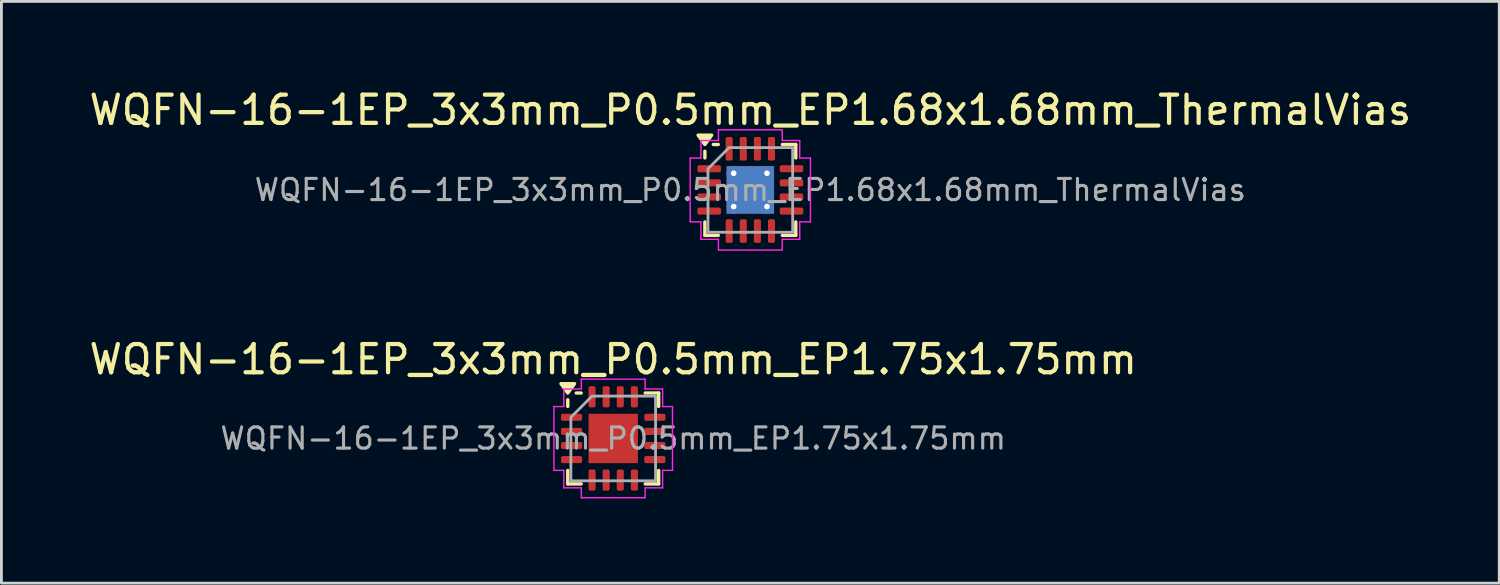
<source format=kicad_pcb>
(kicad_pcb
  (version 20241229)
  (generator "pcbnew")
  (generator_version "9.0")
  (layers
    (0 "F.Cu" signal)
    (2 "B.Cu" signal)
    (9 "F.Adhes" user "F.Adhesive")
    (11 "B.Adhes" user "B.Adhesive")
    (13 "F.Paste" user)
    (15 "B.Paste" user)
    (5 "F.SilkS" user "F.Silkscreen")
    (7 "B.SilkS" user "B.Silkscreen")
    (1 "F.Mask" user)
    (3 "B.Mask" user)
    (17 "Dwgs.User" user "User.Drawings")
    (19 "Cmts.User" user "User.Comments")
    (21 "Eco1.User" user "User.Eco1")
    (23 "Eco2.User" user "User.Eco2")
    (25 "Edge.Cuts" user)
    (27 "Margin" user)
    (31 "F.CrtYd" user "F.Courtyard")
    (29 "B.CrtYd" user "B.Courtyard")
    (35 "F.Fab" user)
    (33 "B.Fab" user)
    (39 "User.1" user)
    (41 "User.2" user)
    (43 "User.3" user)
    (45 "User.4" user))
  (footprint "WQFN-16-1EP_3x3mm_P0.5mm_EP1.68x1.68mm_ThermalVias"
    (layer "F.Cu")
    (at 23.53 3.678)
    (property "Reference" "WQFN-16-1EP_3x3mm_P0.5mm_EP1.68x1.68mm_ThermalVias" (at 0 -2.83 0) (layer "F.SilkS") (effects (font (size 1 1) (thickness 0.15))))
    (attr smd)
    (fp_line (start -1.61 -1.135) (end -1.61 -1.37) (stroke (width 0.12) (type solid)) (layer "F.SilkS"))
    (fp_line (start -1.61 1.61) (end -1.61 1.135) (stroke (width 0.12) (type solid)) (layer "F.SilkS"))
    (fp_line (start -1.135 -1.61) (end -1.31 -1.61) (stroke (width 0.12) (type solid)) (layer "F.SilkS"))
    (fp_line (start -1.135 1.61) (end -1.61 1.61) (stroke (width 0.12) (type solid)) (layer "F.SilkS"))
    (fp_line (start 1.135 -1.61) (end 1.61 -1.61) (stroke (width 0.12) (type solid)) (layer "F.SilkS"))
    (fp_line (start 1.135 1.61) (end 1.61 1.61) (stroke (width 0.12) (type solid)) (layer "F.SilkS"))
    (fp_line (start 1.61 -1.61) (end 1.61 -1.135) (stroke (width 0.12) (type solid)) (layer "F.SilkS"))
    (fp_line (start 1.61 1.61) (end 1.61 1.135) (stroke (width 0.12) (type solid)) (layer "F.SilkS"))
    (fp_poly (pts (xy -1.61 -1.61) (xy -1.85 -1.94) (xy -1.37 -1.94)) (stroke (width 0.12) (type solid)) (fill yes) (layer "F.SilkS"))
    (fp_line (start -2.13 -1.13) (end -1.75 -1.13) (stroke (width 0.05) (type solid)) (layer "F.CrtYd"))
    (fp_line (start -2.13 1.13) (end -2.13 -1.13) (stroke (width 0.05) (type solid)) (layer "F.CrtYd"))
    (fp_line (start -1.75 -1.75) (end -1.13 -1.75) (stroke (width 0.05) (type solid)) (layer "F.CrtYd"))
    (fp_line (start -1.75 -1.13) (end -1.75 -1.75) (stroke (width 0.05) (type solid)) (layer "F.CrtYd"))
    (fp_line (start -1.75 1.13) (end -2.13 1.13) (stroke (width 0.05) (type solid)) (layer "F.CrtYd"))
    (fp_line (start -1.75 1.75) (end -1.75 1.13) (stroke (width 0.05) (type solid)) (layer "F.CrtYd"))
    (fp_line (start -1.13 -2.13) (end 1.13 -2.13) (stroke (width 0.05) (type solid)) (layer "F.CrtYd"))
    (fp_line (start -1.13 -1.75) (end -1.13 -2.13) (stroke (width 0.05) (type solid)) (layer "F.CrtYd"))
    (fp_line (start -1.13 1.75) (end -1.75 1.75) (stroke (width 0.05) (type solid)) (layer "F.CrtYd"))
    (fp_line (start -1.13 2.13) (end -1.13 1.75) (stroke (width 0.05) (type solid)) (layer "F.CrtYd"))
    (fp_line (start 1.13 -2.13) (end 1.13 -1.75) (stroke (width 0.05) (type solid)) (layer "F.CrtYd"))
    (fp_line (start 1.13 -1.75) (end 1.75 -1.75) (stroke (width 0.05) (type solid)) (layer "F.CrtYd"))
    (fp_line (start 1.13 1.75) (end 1.13 2.13) (stroke (width 0.05) (type solid)) (layer "F.CrtYd"))
    (fp_line (start 1.13 2.13) (end -1.13 2.13) (stroke (width 0.05) (type solid)) (layer "F.CrtYd"))
    (fp_line (start 1.75 -1.75) (end 1.75 -1.13) (stroke (width 0.05) (type solid)) (layer "F.CrtYd"))
    (fp_line (start 1.75 -1.13) (end 2.13 -1.13) (stroke (width 0.05) (type solid)) (layer "F.CrtYd"))
    (fp_line (start 1.75 1.13) (end 1.75 1.75) (stroke (width 0.05) (type solid)) (layer "F.CrtYd"))
    (fp_line (start 1.75 1.75) (end 1.13 1.75) (stroke (width 0.05) (type solid)) (layer "F.CrtYd"))
    (fp_line (start 2.13 -1.13) (end 2.13 1.13) (stroke (width 0.05) (type solid)) (layer "F.CrtYd"))
    (fp_line (start 2.13 1.13) (end 1.75 1.13) (stroke (width 0.05) (type solid)) (layer "F.CrtYd"))
    (fp_poly (pts (xy -1.5 -0.75) (xy -1.5 1.5) (xy 1.5 1.5) (xy 1.5 -1.5) (xy -0.75 -1.5)) (stroke (width 0.1) (type solid)) (fill no) (layer "F.Fab"))
    (fp_text user "${REFERENCE}" (at 0 0 0) (layer "F.Fab") (effects (font (size 0.75 0.75) (thickness 0.11))))
    (pad "" smd roundrect (at -0.42 -0.42) (size 0.73 0.73) (layers "F.Paste") (roundrect_rratio 0.25))
    (pad "" smd roundrect (at -0.42 0.42) (size 0.73 0.73) (layers "F.Paste") (roundrect_rratio 0.25))
    (pad "" smd roundrect (at 0.42 -0.42) (size 0.73 0.73) (layers "F.Paste") (roundrect_rratio 0.25))
    (pad "" smd roundrect (at 0.42 0.42) (size 0.73 0.73) (layers "F.Paste") (roundrect_rratio 0.25))
    (pad "1" smd roundrect (at -1.458 -0.75) (size 0.835 0.25) (layers "F.Cu" "F.Mask" "F.Paste") (roundrect_rratio 0.25))
    (pad "2" smd roundrect (at -1.458 -0.25) (size 0.835 0.25) (layers "F.Cu" "F.Mask" "F.Paste") (roundrect_rratio 0.25))
    (pad "3" smd roundrect (at -1.458 0.25) (size 0.835 0.25) (layers "F.Cu" "F.Mask" "F.Paste") (roundrect_rratio 0.25))
    (pad "4" smd roundrect (at -1.458 0.75) (size 0.835 0.25) (layers "F.Cu" "F.Mask" "F.Paste") (roundrect_rratio 0.25))
    (pad "5" smd roundrect (at -0.75 1.458) (size 0.25 0.835) (layers "F.Cu" "F.Mask" "F.Paste") (roundrect_rratio 0.25))
    (pad "6" smd roundrect (at -0.25 1.458) (size 0.25 0.835) (layers "F.Cu" "F.Mask" "F.Paste") (roundrect_rratio 0.25))
    (pad "7" smd roundrect (at 0.25 1.458) (size 0.25 0.835) (layers "F.Cu" "F.Mask" "F.Paste") (roundrect_rratio 0.25))
    (pad "8" smd roundrect (at 0.75 1.458) (size 0.25 0.835) (layers "F.Cu" "F.Mask" "F.Paste") (roundrect_rratio 0.25))
    (pad "9" smd roundrect (at 1.458 0.75) (size 0.835 0.25) (layers "F.Cu" "F.Mask" "F.Paste") (roundrect_rratio 0.25))
    (pad "10" smd roundrect (at 1.458 0.25) (size 0.835 0.25) (layers "F.Cu" "F.Mask" "F.Paste") (roundrect_rratio 0.25))
    (pad "11" smd roundrect (at 1.458 -0.25) (size 0.835 0.25) (layers "F.Cu" "F.Mask" "F.Paste") (roundrect_rratio 0.25))
    (pad "12" smd roundrect (at 1.458 -0.75) (size 0.835 0.25) (layers "F.Cu" "F.Mask" "F.Paste") (roundrect_rratio 0.25))
    (pad "13" smd roundrect (at 0.75 -1.458) (size 0.25 0.835) (layers "F.Cu" "F.Mask" "F.Paste") (roundrect_rratio 0.25))
    (pad "14" smd roundrect (at 0.25 -1.458) (size 0.25 0.835) (layers "F.Cu" "F.Mask" "F.Paste") (roundrect_rratio 0.25))
    (pad "15" smd roundrect (at -0.25 -1.458) (size 0.25 0.835) (layers "F.Cu" "F.Mask" "F.Paste") (roundrect_rratio 0.25))
    (pad "16" smd roundrect (at -0.75 -1.458) (size 0.25 0.835) (layers "F.Cu" "F.Mask" "F.Paste") (roundrect_rratio 0.25))
    (pad "17" thru_hole circle (at -0.59 -0.59) (size 0.5 0.5) (drill 0.2) (property pad_prop_heatsink) (layers "*.Cu"))
    (pad "17" thru_hole circle (at -0.59 0.59) (size 0.5 0.5) (drill 0.2) (property pad_prop_heatsink) (layers "*.Cu"))
    (pad "17" smd rect (at 0 0) (size 1.68 1.68) (property pad_prop_heatsink) (layers "F.Cu" "F.Mask"))
    (pad "17" smd rect (at 0 0) (size 1.68 1.68) (property pad_prop_heatsink) (layers "B.Cu"))
    (pad "17" thru_hole circle (at 0.59 -0.59) (size 0.5 0.5) (drill 0.2) (property pad_prop_heatsink) (layers "*.Cu"))
    (pad "17" thru_hole circle (at 0.59 0.59) (size 0.5 0.5) (drill 0.2) (property pad_prop_heatsink) (layers "*.Cu")))
  (footprint "WQFN-16-1EP_3x3mm_P0.5mm_EP1.75x1.75mm"
    (layer "F.Cu")
    (at 18.673 12.482)
    (property "Reference" "WQFN-16-1EP_3x3mm_P0.5mm_EP1.75x1.75mm" (at 0 -2.8 0) (layer "F.SilkS") (effects (font (size 1 1) (thickness 0.15))))
    (attr smd)
    (fp_line (start -1.61 -1.135) (end -1.61 -1.37) (stroke (width 0.12) (type solid)) (layer "F.SilkS"))
    (fp_line (start -1.61 1.61) (end -1.61 1.135) (stroke (width 0.12) (type solid)) (layer "F.SilkS"))
    (fp_line (start -1.135 -1.61) (end -1.31 -1.61) (stroke (width 0.12) (type solid)) (layer "F.SilkS"))
    (fp_line (start -1.135 1.61) (end -1.61 1.61) (stroke (width 0.12) (type solid)) (layer "F.SilkS"))
    (fp_line (start 1.135 -1.61) (end 1.61 -1.61) (stroke (width 0.12) (type solid)) (layer "F.SilkS"))
    (fp_line (start 1.135 1.61) (end 1.61 1.61) (stroke (width 0.12) (type solid)) (layer "F.SilkS"))
    (fp_line (start 1.61 -1.61) (end 1.61 -1.135) (stroke (width 0.12) (type solid)) (layer "F.SilkS"))
    (fp_line (start 1.61 1.61) (end 1.61 1.135) (stroke (width 0.12) (type solid)) (layer "F.SilkS"))
    (fp_poly (pts (xy -1.61 -1.61) (xy -1.85 -1.94) (xy -1.37 -1.94)) (stroke (width 0.12) (type solid)) (fill yes) (layer "F.SilkS"))
    (fp_line (start -2.1 -1.13) (end -1.75 -1.13) (stroke (width 0.05) (type solid)) (layer "F.CrtYd"))
    (fp_line (start -2.1 1.13) (end -2.1 -1.13) (stroke (width 0.05) (type solid)) (layer "F.CrtYd"))
    (fp_line (start -1.75 -1.75) (end -1.13 -1.75) (stroke (width 0.05) (type solid)) (layer "F.CrtYd"))
    (fp_line (start -1.75 -1.13) (end -1.75 -1.75) (stroke (width 0.05) (type solid)) (layer "F.CrtYd"))
    (fp_line (start -1.75 1.13) (end -2.1 1.13) (stroke (width 0.05) (type solid)) (layer "F.CrtYd"))
    (fp_line (start -1.75 1.75) (end -1.75 1.13) (stroke (width 0.05) (type solid)) (layer "F.CrtYd"))
    (fp_line (start -1.13 -2.1) (end 1.13 -2.1) (stroke (width 0.05) (type solid)) (layer "F.CrtYd"))
    (fp_line (start -1.13 -1.75) (end -1.13 -2.1) (stroke (width 0.05) (type solid)) (layer "F.CrtYd"))
    (fp_line (start -1.13 1.75) (end -1.75 1.75) (stroke (width 0.05) (type solid)) (layer "F.CrtYd"))
    (fp_line (start -1.13 2.1) (end -1.13 1.75) (stroke (width 0.05) (type solid)) (layer "F.CrtYd"))
    (fp_line (start 1.13 -2.1) (end 1.13 -1.75) (stroke (width 0.05) (type solid)) (layer "F.CrtYd"))
    (fp_line (start 1.13 -1.75) (end 1.75 -1.75) (stroke (width 0.05) (type solid)) (layer "F.CrtYd"))
    (fp_line (start 1.13 1.75) (end 1.13 2.1) (stroke (width 0.05) (type solid)) (layer "F.CrtYd"))
    (fp_line (start 1.13 2.1) (end -1.13 2.1) (stroke (width 0.05) (type solid)) (layer "F.CrtYd"))
    (fp_line (start 1.75 -1.75) (end 1.75 -1.13) (stroke (width 0.05) (type solid)) (layer "F.CrtYd"))
    (fp_line (start 1.75 -1.13) (end 2.1 -1.13) (stroke (width 0.05) (type solid)) (layer "F.CrtYd"))
    (fp_line (start 1.75 1.13) (end 1.75 1.75) (stroke (width 0.05) (type solid)) (layer "F.CrtYd"))
    (fp_line (start 1.75 1.75) (end 1.13 1.75) (stroke (width 0.05) (type solid)) (layer "F.CrtYd"))
    (fp_line (start 2.1 -1.13) (end 2.1 1.13) (stroke (width 0.05) (type solid)) (layer "F.CrtYd"))
    (fp_line (start 2.1 1.13) (end 1.75 1.13) (stroke (width 0.05) (type solid)) (layer "F.CrtYd"))
    (fp_poly (pts (xy -1.5 -0.75) (xy -1.5 1.5) (xy 1.5 1.5) (xy 1.5 -1.5) (xy -0.75 -1.5)) (stroke (width 0.1) (type solid)) (fill no) (layer "F.Fab"))
    (fp_text user "${REFERENCE}" (at 0 0 0) (layer "F.Fab") (effects (font (size 0.75 0.75) (thickness 0.11))))
    (pad "" smd roundrect (at -0.44 -0.44) (size 0.71 0.71) (layers "F.Paste") (roundrect_rratio 0.25))
    (pad "" smd roundrect (at -0.44 0.44) (size 0.71 0.71) (layers "F.Paste") (roundrect_rratio 0.25))
    (pad "" smd roundrect (at 0.44 -0.44) (size 0.71 0.71) (layers "F.Paste") (roundrect_rratio 0.25))
    (pad "" smd roundrect (at 0.44 0.44) (size 0.71 0.71) (layers "F.Paste") (roundrect_rratio 0.25))
    (pad "1" smd roundrect (at -1.475 -0.75) (size 0.75 0.25) (layers "F.Cu" "F.Mask" "F.Paste") (roundrect_rratio 0.25))
    (pad "2" smd roundrect (at -1.475 -0.25) (size 0.75 0.25) (layers "F.Cu" "F.Mask" "F.Paste") (roundrect_rratio 0.25))
    (pad "3" smd roundrect (at -1.475 0.25) (size 0.75 0.25) (layers "F.Cu" "F.Mask" "F.Paste") (roundrect_rratio 0.25))
    (pad "4" smd roundrect (at -1.475 0.75) (size 0.75 0.25) (layers "F.Cu" "F.Mask" "F.Paste") (roundrect_rratio 0.25))
    (pad "5" smd roundrect (at -0.75 1.475) (size 0.25 0.75) (layers "F.Cu" "F.Mask" "F.Paste") (roundrect_rratio 0.25))
    (pad "6" smd roundrect (at -0.25 1.475) (size 0.25 0.75) (layers "F.Cu" "F.Mask" "F.Paste") (roundrect_rratio 0.25))
    (pad "7" smd roundrect (at 0.25 1.475) (size 0.25 0.75) (layers "F.Cu" "F.Mask" "F.Paste") (roundrect_rratio 0.25))
    (pad "8" smd roundrect (at 0.75 1.475) (size 0.25 0.75) (layers "F.Cu" "F.Mask" "F.Paste") (roundrect_rratio 0.25))
    (pad "9" smd roundrect (at 1.475 0.75) (size 0.75 0.25) (layers "F.Cu" "F.Mask" "F.Paste") (roundrect_rratio 0.25))
    (pad "10" smd roundrect (at 1.475 0.25) (size 0.75 0.25) (layers "F.Cu" "F.Mask" "F.Paste") (roundrect_rratio 0.25))
    (pad "11" smd roundrect (at 1.475 -0.25) (size 0.75 0.25) (layers "F.Cu" "F.Mask" "F.Paste") (roundrect_rratio 0.25))
    (pad "12" smd roundrect (at 1.475 -0.75) (size 0.75 0.25) (layers "F.Cu" "F.Mask" "F.Paste") (roundrect_rratio 0.25))
    (pad "13" smd roundrect (at 0.75 -1.475) (size 0.25 0.75) (layers "F.Cu" "F.Mask" "F.Paste") (roundrect_rratio 0.25))
    (pad "14" smd roundrect (at 0.25 -1.475) (size 0.25 0.75) (layers "F.Cu" "F.Mask" "F.Paste") (roundrect_rratio 0.25))
    (pad "15" smd roundrect (at -0.25 -1.475) (size 0.25 0.75) (layers "F.Cu" "F.Mask" "F.Paste") (roundrect_rratio 0.25))
    (pad "16" smd roundrect (at -0.75 -1.475) (size 0.25 0.75) (layers "F.Cu" "F.Mask" "F.Paste") (roundrect_rratio 0.25))
    (pad "17" smd rect (at 0 0) (size 1.75 1.75) (property pad_prop_heatsink) (layers "F.Cu" "F.Mask")))
  (gr_rect
    (start -3 -3)
    (end 50.06 17.607)
    (stroke (width 0.1) (type default))
    (fill no)
    (layer "Edge.Cuts")))
</source>
